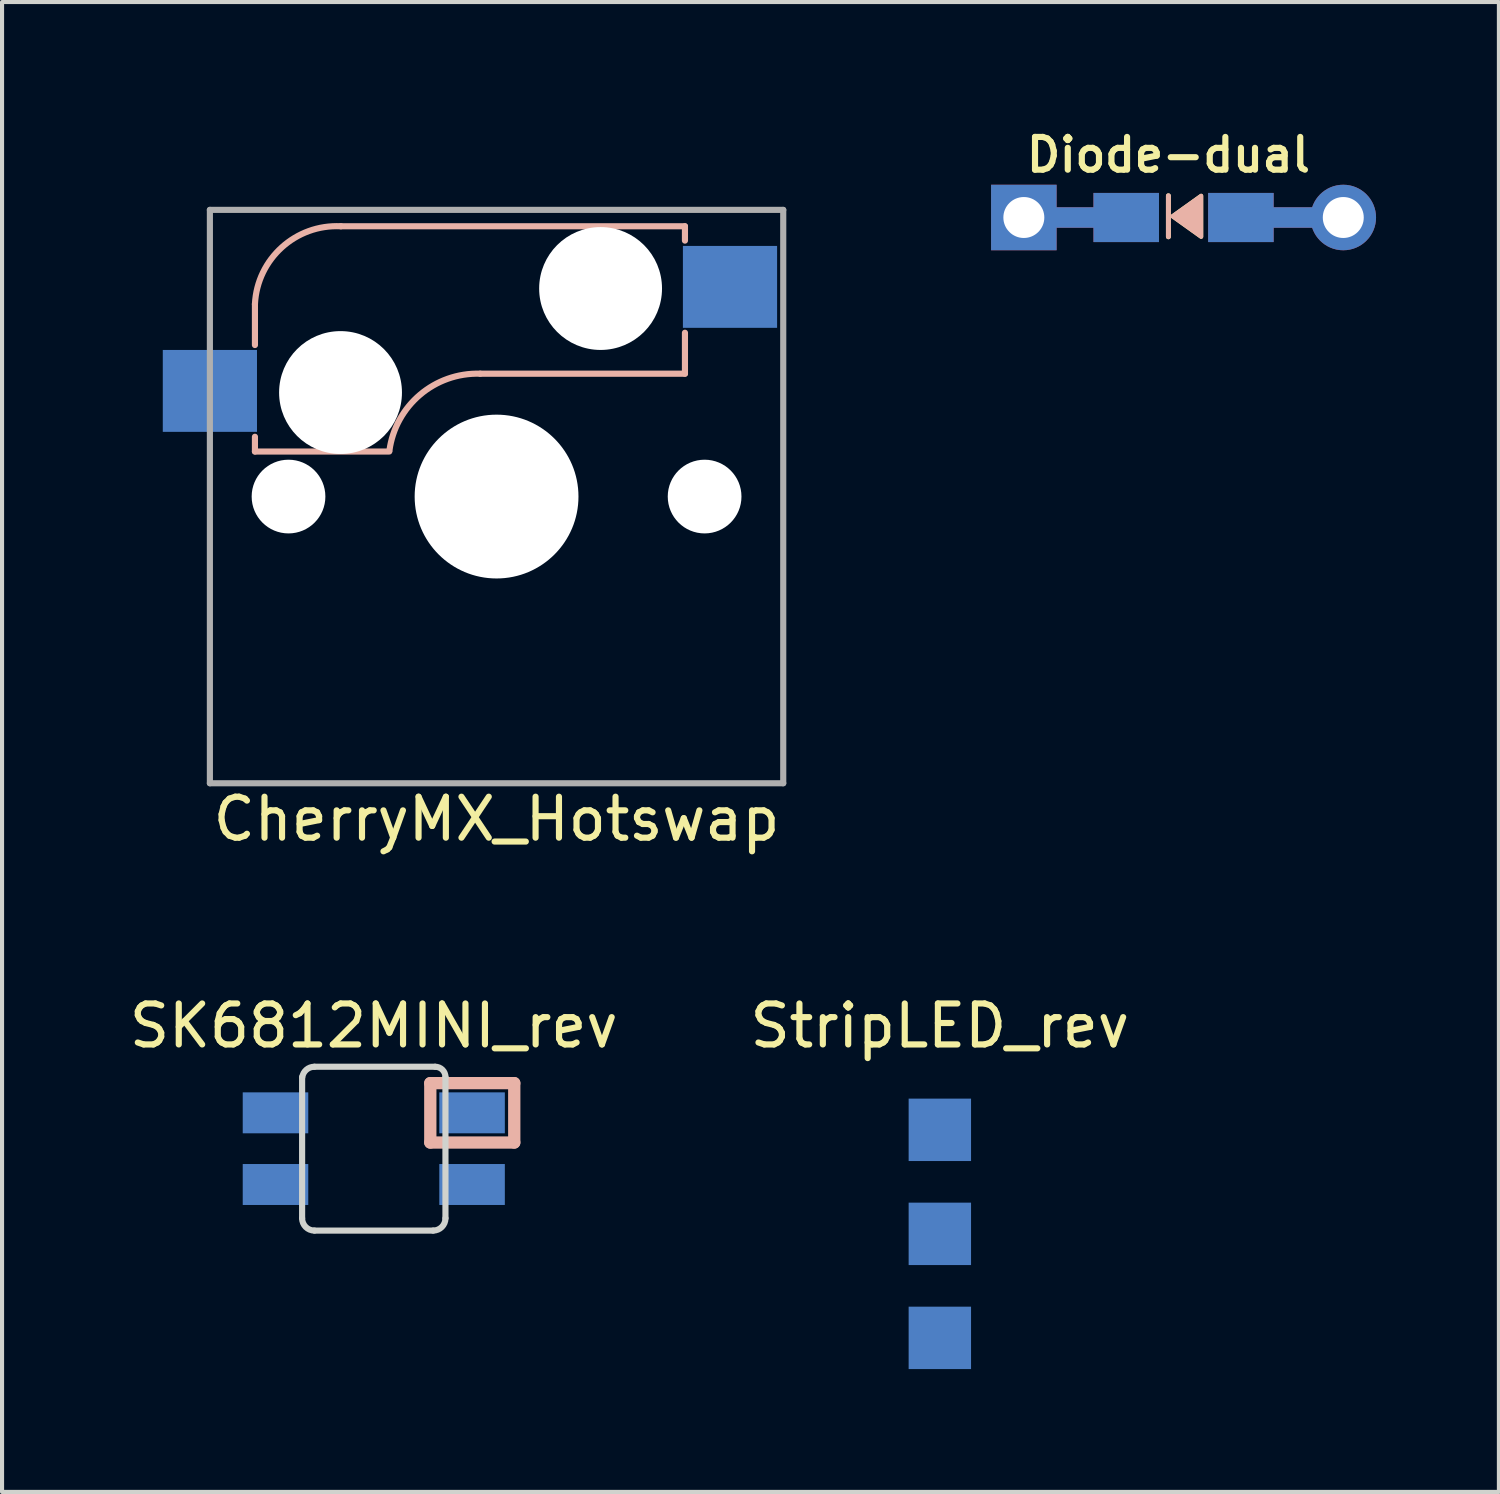
<source format=kicad_pcb>
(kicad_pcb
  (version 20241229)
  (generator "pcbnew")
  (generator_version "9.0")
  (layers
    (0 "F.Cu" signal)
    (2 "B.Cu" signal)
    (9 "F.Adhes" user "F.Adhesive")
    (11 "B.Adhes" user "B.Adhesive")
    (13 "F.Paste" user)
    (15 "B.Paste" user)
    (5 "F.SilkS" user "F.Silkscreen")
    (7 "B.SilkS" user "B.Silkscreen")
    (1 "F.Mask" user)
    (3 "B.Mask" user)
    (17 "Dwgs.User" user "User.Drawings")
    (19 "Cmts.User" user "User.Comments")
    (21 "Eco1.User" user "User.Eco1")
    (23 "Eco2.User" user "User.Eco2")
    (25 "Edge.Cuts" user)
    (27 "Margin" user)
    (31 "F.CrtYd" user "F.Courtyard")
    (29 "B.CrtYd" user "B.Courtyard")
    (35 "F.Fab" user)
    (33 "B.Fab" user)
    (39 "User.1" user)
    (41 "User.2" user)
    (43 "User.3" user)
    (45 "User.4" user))
  (footprint "SK6812MINI_rev"
    (layer "F.Cu")
    (at 6.077 24.998)
    (property "Reference" "SK6812MINI_rev" (at 0 -3 0) (layer "F.SilkS") (effects (font (size 1 1) (thickness 0.15))))
    (attr through_hole)
    (fp_line (start 1.38 -1.6) (end 3.43 -1.6) (stroke (width 0.3) (type solid)) (layer "B.SilkS"))
    (fp_line (start 1.38 -0.15) (end 1.38 -1.6) (stroke (width 0.3) (type solid)) (layer "B.SilkS"))
    (fp_line (start 3.43 -1.6) (end 3.43 -0.15) (stroke (width 0.3) (type solid)) (layer "B.SilkS"))
    (fp_line (start 3.43 -0.15) (end 1.38 -0.15) (stroke (width 0.3) (type solid)) (layer "B.SilkS"))
    (fp_line (start -1.75 -1.75) (end -1.75 1.7) (stroke (width 0.15) (type solid)) (layer "Edge.Cuts"))
    (fp_line (start -1.45 2) (end 1.45 2) (stroke (width 0.15) (type solid)) (layer "Edge.Cuts"))
    (fp_line (start 1.5 -2) (end -1.45 -2) (stroke (width 0.15) (type solid)) (layer "Edge.Cuts"))
    (fp_line (start 1.75 1.7) (end 1.75 -1.75) (stroke (width 0.15) (type solid)) (layer "Edge.Cuts"))
    (fp_arc (start -1.746985 -1.742426) (mid -1.646561 -1.926636) (end -1.45 -2) (stroke (width 0.15) (type solid)) (layer "Edge.Cuts"))
    (fp_arc (start -1.45 2) (mid -1.662132 1.912132) (end -1.75 1.7) (stroke (width 0.15) (type solid)) (layer "Edge.Cuts"))
    (fp_arc (start 1.5 -2) (mid 1.676777 -1.926777) (end 1.75 -1.75) (stroke (width 0.15) (type solid)) (layer "Edge.Cuts"))
    (fp_arc (start 1.75 1.7) (mid 1.662132 1.912132) (end 1.45 2) (stroke (width 0.15) (type solid)) (layer "Edge.Cuts"))
    (pad "1" smd rect (at -2.4 -0.875) (size 1.6 1) (layers "B.Cu" "B.Mask" "B.Paste"))
    (pad "2" smd rect (at -2.4 0.875) (size 1.6 1) (layers "B.Cu" "B.Mask" "B.Paste"))
    (pad "3" smd rect (at 2.4 0.875) (size 1.6 1) (layers "B.Cu" "B.Mask" "B.Paste"))
    (pad "4" smd rect (at 2.4 -0.875) (size 1.6 1) (layers "B.Cu" "B.Mask" "B.Paste")))
  (footprint "Diode-dual"
    (layer "F.Cu")
    (at 25.88 2.231)
    (property "Reference" "Diode-dual" (at -0.4 -1.5 180) (layer "F.SilkS") (effects (font (size 0.8 0.8) (thickness 0.15))))
    (attr smd)
    (fp_line (start -0.4 -0.5) (end -0.4 0.5) (stroke (width 0.12) (type solid)) (layer "F.SilkS"))
    (fp_poly (pts (xy 0.4 -0.5) (xy 0.4 0.5) (xy -0.3 0)) (stroke (width 0.1) (type solid)) (fill yes) (layer "F.SilkS"))
    (fp_line (start -0.4 -0.5) (end -0.4 0.5) (stroke (width 0.12) (type solid)) (layer "B.SilkS"))
    (fp_poly (pts (xy 0.4 -0.5) (xy -0.3 0) (xy 0.4 0.5)) (stroke (width 0.1) (type solid)) (fill yes) (layer "B.SilkS"))
    (pad "1" thru_hole rect (at -3.93 0.03 180) (size 1.6 1.6) (drill 1) (layers "*.Cu" "*.Mask"))
    (pad "1" smd rect (at -2.53 0.03 180) (size 2.9 0.5) (layers "F.Cu"))
    (pad "1" smd rect (at -2.53 0.03 180) (size 2.9 0.5) (layers "B.Cu"))
    (pad "1" smd rect (at -1.43 0.03 180) (size 1.6 1.2) (layers "F.Cu" "F.Mask" "F.Paste"))
    (pad "1" smd rect (at -1.43 0.03 180) (size 1.6 1.2) (layers "B.Cu" "B.Mask" "B.Paste"))
    (pad "2" smd rect (at 1.37 0.03 180) (size 1.6 1.2) (layers "F.Cu" "F.Mask" "F.Paste"))
    (pad "2" smd rect (at 1.37 0.03 180) (size 1.6 1.2) (layers "B.Cu" "B.Mask" "B.Paste"))
    (pad "2" smd rect (at 2.47 0.03 180) (size 2.9 0.5) (layers "F.Cu"))
    (pad "2" smd rect (at 2.47 0.03 180) (size 2.9 0.5) (layers "B.Cu"))
    (pad "2" thru_hole circle (at 3.87 0.03 180) (size 1.6 1.6) (drill 1) (layers "*.Cu" "*.Mask")))
  (footprint "StripLED_rev"
    (layer "F.Cu")
    (at 19.899 24.538)
    (property "Reference" "StripLED_rev" (at 0 -2.54 0) (layer "F.SilkS") (effects (font (size 1 1) (thickness 0.15))))
    (attr through_hole)
    (pad "1" smd rect (at 0 5.08) (size 1.524 1.524) (layers "B.Cu" "B.Mask" "B.Paste"))
    (pad "2" smd rect (at 0 2.54) (size 1.524 1.524) (layers "B.Cu" "B.Mask" "B.Paste"))
    (pad "3" smd rect (at 0 0) (size 1.524 1.524) (layers "B.Cu" "B.Mask" "B.Paste")))
  (footprint "CherryMX_Hotswap"
    (layer "F.Cu")
    (at 9.075 9.075)
    (property "Reference" "CherryMX_Hotswap" (at 0 7.874 0) (layer "F.SilkS") (effects (font (size 1 1) (thickness 0.15))))
    (attr through_hole)
    (fp_line (start -5.9 -4.7) (end -5.9 -3.7) (stroke (width 0.15) (type solid)) (layer "B.SilkS"))
    (fp_line (start -5.9 -1.1) (end -5.9 -1.46) (stroke (width 0.15) (type solid)) (layer "B.SilkS"))
    (fp_line (start -5.9 -1.1) (end -2.62 -1.1) (stroke (width 0.15) (type solid)) (layer "B.SilkS"))
    (fp_line (start -0.4 -3) (end 4.6 -3) (stroke (width 0.15) (type solid)) (layer "B.SilkS"))
    (fp_line (start 4.6 -6.6) (end -3.8 -6.6) (stroke (width 0.15) (type solid)) (layer "B.SilkS"))
    (fp_line (start 4.6 -6.25) (end 4.6 -6.6) (stroke (width 0.15) (type solid)) (layer "B.SilkS"))
    (fp_line (start 4.6 -3) (end 4.6 -4) (stroke (width 0.15) (type solid)) (layer "B.SilkS"))
    (fp_arc (start -5.9 -4.699999) (mid -5.243504 -6.084924) (end -3.800001 -6.6) (stroke (width 0.15) (type solid)) (layer "B.SilkS"))
    (fp_arc (start -2.616318 -1.121471) (mid -1.868709 -2.486118) (end -0.4 -3) (stroke (width 0.15) (type solid)) (layer "B.SilkS"))
    (fp_line (start -9 -9) (end 9 -9) (stroke (width 0.15) (type solid)) (layer "Eco2.User"))
    (fp_line (start -9 9) (end -9 -9) (stroke (width 0.15) (type solid)) (layer "Eco2.User"))
    (fp_line (start -7 -7) (end 7 -7) (stroke (width 0.15) (type solid)) (layer "Eco2.User"))
    (fp_line (start -7 7) (end -7 -7) (stroke (width 0.15) (type solid)) (layer "Eco2.User"))
    (fp_line (start 7 -7) (end 7 7) (stroke (width 0.15) (type solid)) (layer "Eco2.User"))
    (fp_line (start 7 7) (end -7 7) (stroke (width 0.15) (type solid)) (layer "Eco2.User"))
    (fp_line (start 9 -9) (end 9 9) (stroke (width 0.15) (type solid)) (layer "Eco2.User"))
    (fp_line (start 9 9) (end -9 9) (stroke (width 0.15) (type solid)) (layer "Eco2.User"))
    (fp_line (start -7 -7) (end -7 7) (stroke (width 0.15) (type solid)) (layer "F.Fab"))
    (fp_line (start -7 7) (end 7 7) (stroke (width 0.15) (type solid)) (layer "F.Fab"))
    (fp_line (start 7 -7) (end -7 -7) (stroke (width 0.15) (type solid)) (layer "F.Fab"))
    (fp_line (start 7 7) (end 7 -7) (stroke (width 0.15) (type solid)) (layer "F.Fab"))
    (pad "" np_thru_hole circle (at -5.08 0) (size 1.8 1.8) (drill 1.8) (layers "*.Cu" "*.Mask"))
    (pad "" np_thru_hole circle (at -3.81 -2.54 180) (size 3 3) (drill 3) (layers "*.Cu" "*.Mask"))
    (pad "" np_thru_hole circle (at 0 0 90) (size 4 4) (drill 4) (layers "*.Cu" "*.Mask"))
    (pad "" np_thru_hole circle (at 2.54 -5.08 180) (size 3 3) (drill 3) (layers "*.Cu" "*.Mask"))
    (pad "" np_thru_hole circle (at 5.08 0) (size 1.8 1.8) (drill 1.8) (layers "*.Cu" "*.Mask"))
    (pad "1" smd rect (at -7 -2.58 180) (size 2.3 2) (layers "B.Cu" "B.Mask" "B.Paste"))
    (pad "2" smd rect (at 5.7 -5.12 180) (size 2.3 2) (layers "B.Cu" "B.Mask" "B.Paste")))
  (gr_rect
    (start -3 -3)
    (end 33.55 33.38)
    (stroke (width 0.1) (type default))
    (fill no)
    (layer "Edge.Cuts")))
</source>
